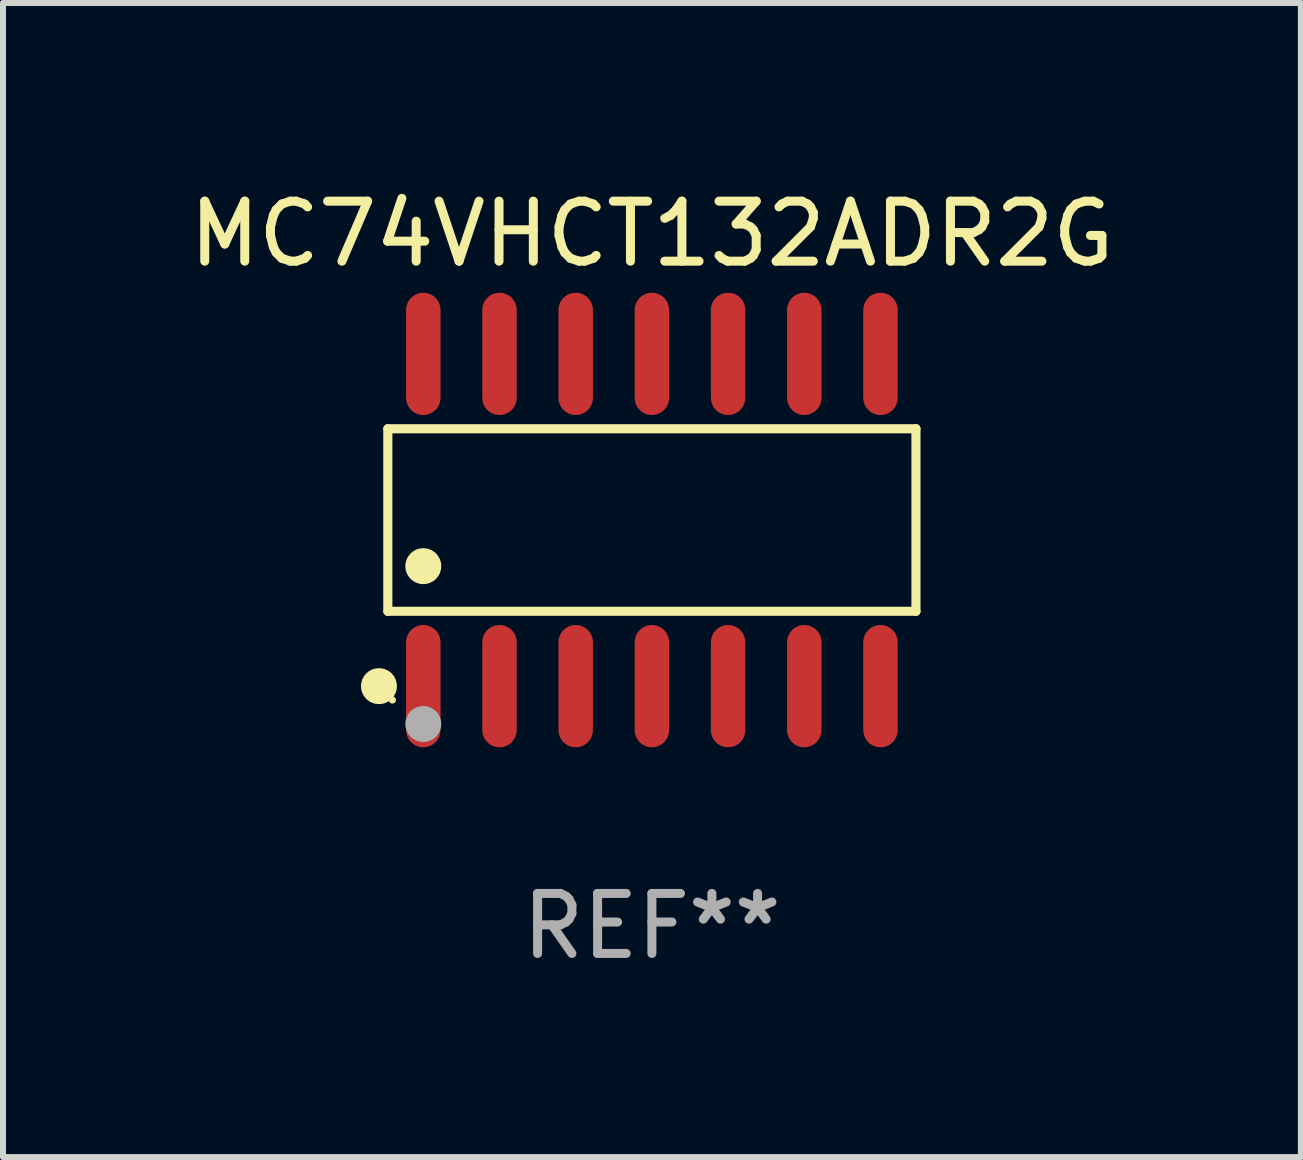
<source format=kicad_pcb>
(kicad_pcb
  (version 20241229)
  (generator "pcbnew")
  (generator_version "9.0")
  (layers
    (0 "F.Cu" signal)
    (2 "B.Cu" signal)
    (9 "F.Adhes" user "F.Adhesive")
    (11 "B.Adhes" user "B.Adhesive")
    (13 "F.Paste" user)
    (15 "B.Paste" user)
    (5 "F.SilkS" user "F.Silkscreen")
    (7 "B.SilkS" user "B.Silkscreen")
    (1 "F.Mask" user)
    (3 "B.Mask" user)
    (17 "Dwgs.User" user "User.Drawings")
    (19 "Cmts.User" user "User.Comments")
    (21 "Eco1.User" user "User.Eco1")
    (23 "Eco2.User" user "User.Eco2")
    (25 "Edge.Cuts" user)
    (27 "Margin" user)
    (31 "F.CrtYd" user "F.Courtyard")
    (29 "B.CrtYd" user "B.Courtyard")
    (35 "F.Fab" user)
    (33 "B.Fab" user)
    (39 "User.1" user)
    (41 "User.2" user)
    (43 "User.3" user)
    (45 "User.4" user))
  (footprint "MC74VHCT132ADR2G"
    (layer "F.Cu")
    (at 7.815 5.617)
    (property "Reference" "MC74VHCT132ADR2G" (at 0 -4.769 0) (layer "F.SilkS") (effects (font (size 1 1) (thickness 0.15))))
    (attr through_hole)
    (fp_line (start -4.401 -1.521) (end 4.401 -1.521) (stroke (width 0.152) (type solid)) (layer "F.SilkS"))
    (fp_line (start -4.401 1.521) (end -4.401 -1.521) (stroke (width 0.152) (type solid)) (layer "F.SilkS"))
    (fp_line (start 4.401 -1.521) (end 4.401 1.521) (stroke (width 0.152) (type solid)) (layer "F.SilkS"))
    (fp_line (start 4.401 1.521) (end -4.401 1.521) (stroke (width 0.152) (type solid)) (layer "F.SilkS"))
    (fp_circle (center -4.549 2.769) (end -4.399 2.769) (stroke (width 0.3) (type solid)) (fill no) (layer "F.SilkS"))
    (fp_circle (center -4.325 3) (end -4.295 3) (stroke (width 0.06) (type solid)) (fill no) (layer "F.SilkS"))
    (fp_circle (center -3.81 0.769) (end -3.66 0.769) (stroke (width 0.3) (type solid)) (fill no) (layer "F.SilkS"))
    (fp_circle (center -3.81 3.4) (end -3.66 3.4) (stroke (width 0.3) (type solid)) (fill no) (layer "F.Fab"))
    (fp_text user "REF**" (at 0 6.769 0) (layer "F.Fab") (effects (font (size 1 1) (thickness 0.15))))
    (pad "1" smd oval (at -3.81 2.769) (size 0.574 2.038) (layers "F.Cu" "F.Mask" "F.Paste"))
    (pad "2" smd oval (at -2.54 2.769) (size 0.574 2.038) (layers "F.Cu" "F.Mask" "F.Paste"))
    (pad "3" smd oval (at -1.27 2.769) (size 0.574 2.038) (layers "F.Cu" "F.Mask" "F.Paste"))
    (pad "4" smd oval (at 0 2.769) (size 0.574 2.038) (layers "F.Cu" "F.Mask" "F.Paste"))
    (pad "5" smd oval (at 1.27 2.769) (size 0.574 2.038) (layers "F.Cu" "F.Mask" "F.Paste"))
    (pad "6" smd oval (at 2.54 2.769) (size 0.574 2.038) (layers "F.Cu" "F.Mask" "F.Paste"))
    (pad "7" smd oval (at 3.81 2.769) (size 0.574 2.038) (layers "F.Cu" "F.Mask" "F.Paste"))
    (pad "8" smd oval (at 3.81 -2.769) (size 0.574 2.038) (layers "F.Cu" "F.Mask" "F.Paste"))
    (pad "9" smd oval (at 2.54 -2.769) (size 0.574 2.038) (layers "F.Cu" "F.Mask" "F.Paste"))
    (pad "10" smd oval (at 1.27 -2.769) (size 0.574 2.038) (layers "F.Cu" "F.Mask" "F.Paste"))
    (pad "11" smd oval (at 0 -2.769) (size 0.574 2.038) (layers "F.Cu" "F.Mask" "F.Paste"))
    (pad "12" smd oval (at -1.27 -2.769) (size 0.574 2.038) (layers "F.Cu" "F.Mask" "F.Paste"))
    (pad "13" smd oval (at -2.54 -2.769) (size 0.574 2.038) (layers "F.Cu" "F.Mask" "F.Paste"))
    (pad "14" smd oval (at -3.81 -2.769) (size 0.574 2.038) (layers "F.Cu" "F.Mask" "F.Paste")))
  (gr_rect
    (start -3 -3)
    (end 18.631 16.235)
    (stroke (width 0.1) (type default))
    (fill no)
    (layer "Edge.Cuts")))
</source>
